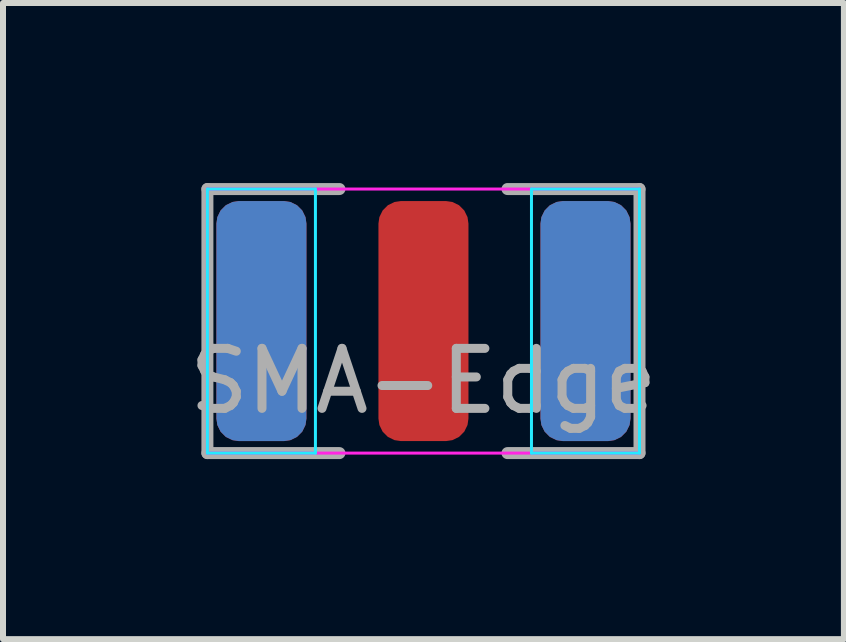
<source format=kicad_pcb>
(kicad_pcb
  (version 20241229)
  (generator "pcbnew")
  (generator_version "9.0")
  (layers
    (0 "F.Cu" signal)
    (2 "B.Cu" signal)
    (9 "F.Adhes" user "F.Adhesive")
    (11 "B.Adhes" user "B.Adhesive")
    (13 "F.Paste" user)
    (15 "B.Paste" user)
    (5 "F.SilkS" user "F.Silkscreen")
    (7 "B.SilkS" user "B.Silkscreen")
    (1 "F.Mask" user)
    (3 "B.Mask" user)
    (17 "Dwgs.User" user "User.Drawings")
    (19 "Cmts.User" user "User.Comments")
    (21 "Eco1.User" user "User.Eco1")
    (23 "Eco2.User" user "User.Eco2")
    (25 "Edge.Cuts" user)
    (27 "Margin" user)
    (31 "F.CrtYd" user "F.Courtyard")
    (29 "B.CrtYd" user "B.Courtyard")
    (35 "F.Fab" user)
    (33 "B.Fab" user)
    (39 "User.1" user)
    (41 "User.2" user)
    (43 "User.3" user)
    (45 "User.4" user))
  (footprint "SMA-Edge"
    (layer "F.Cu")
    (at 4.006 2.3)
    (property "Reference" "SMA-Edge" (at 0 1 180) (layer "F.Fab") (effects (font (size 1 1) (thickness 0.15))))
    (attr through_hole)
    (fp_line (start -3.6 -2.2) (end -1.8 -2.2) (stroke (width 0.05) (type solid)) (layer "B.CrtYd"))
    (fp_line (start -3.6 2.2) (end -3.6 -2.2) (stroke (width 0.05) (type solid)) (layer "B.CrtYd"))
    (fp_line (start -1.8 -2.2) (end -1.8 2.2) (stroke (width 0.05) (type solid)) (layer "B.CrtYd"))
    (fp_line (start -1.8 2.2) (end -3.6 2.2) (stroke (width 0.05) (type solid)) (layer "B.CrtYd"))
    (fp_line (start 1.8 -2.2) (end 3.6 -2.2) (stroke (width 0.05) (type solid)) (layer "B.CrtYd"))
    (fp_line (start 1.8 2.2) (end 1.8 -2.2) (stroke (width 0.05) (type solid)) (layer "B.CrtYd"))
    (fp_line (start 3.6 -2.2) (end 3.6 2.2) (stroke (width 0.05) (type solid)) (layer "B.CrtYd"))
    (fp_line (start 3.6 2.2) (end 1.8 2.2) (stroke (width 0.05) (type solid)) (layer "B.CrtYd"))
    (fp_line (start -3.6 -2.2) (end 3.6 -2.2) (stroke (width 0.05) (type solid)) (layer "F.CrtYd"))
    (fp_line (start -3.6 2.2) (end -3.6 -2.2) (stroke (width 0.05) (type solid)) (layer "F.CrtYd"))
    (fp_line (start 3.6 -2.2) (end 3.6 2.2) (stroke (width 0.05) (type solid)) (layer "F.CrtYd"))
    (fp_line (start 3.6 2.2) (end -3.6 2.2) (stroke (width 0.05) (type solid)) (layer "F.CrtYd"))
    (fp_line (start -3.6 -2.2) (end -1.4 -2.2) (stroke (width 0.2) (type solid)) (layer "F.Fab"))
    (fp_line (start -3.6 2.2) (end -3.6 -2.2) (stroke (width 0.2) (type solid)) (layer "F.Fab"))
    (fp_line (start -1.4 2.2) (end -3.6 2.2) (stroke (width 0.2) (type solid)) (layer "F.Fab"))
    (fp_line (start 1.4 2.2) (end 3.6 2.2) (stroke (width 0.2) (type solid)) (layer "F.Fab"))
    (fp_line (start 3.6 -2.2) (end 1.4 -2.2) (stroke (width 0.2) (type solid)) (layer "F.Fab"))
    (fp_line (start 3.6 2.2) (end 3.6 -2.2) (stroke (width 0.2) (type solid)) (layer "F.Fab"))
    (pad "1" smd roundrect (at 0 0 90) (size 4 1.5) (layers "F.Cu" "F.Mask" "F.Paste") (roundrect_rratio 0.25))
    (pad "2" smd roundrect (at -2.7 0 90) (size 4 1.5) (layers "F.Cu" "F.Mask" "F.Paste") (roundrect_rratio 0.25))
    (pad "2" smd roundrect (at -2.7 0 90) (size 4 1.5) (layers "B.Cu" "B.Mask" "B.Paste") (roundrect_rratio 0.25))
    (pad "2" smd roundrect (at 2.7 0 90) (size 4 1.5) (layers "F.Cu" "F.Mask" "F.Paste") (roundrect_rratio 0.25))
    (pad "2" smd roundrect (at 2.7 0 90) (size 4 1.5) (layers "B.Cu" "B.Mask" "B.Paste") (roundrect_rratio 0.25)))
  (gr_rect
    (start -3 -3)
    (end 11.012 7.6)
    (stroke (width 0.1) (type default))
    (fill no)
    (layer "Edge.Cuts")))
</source>
